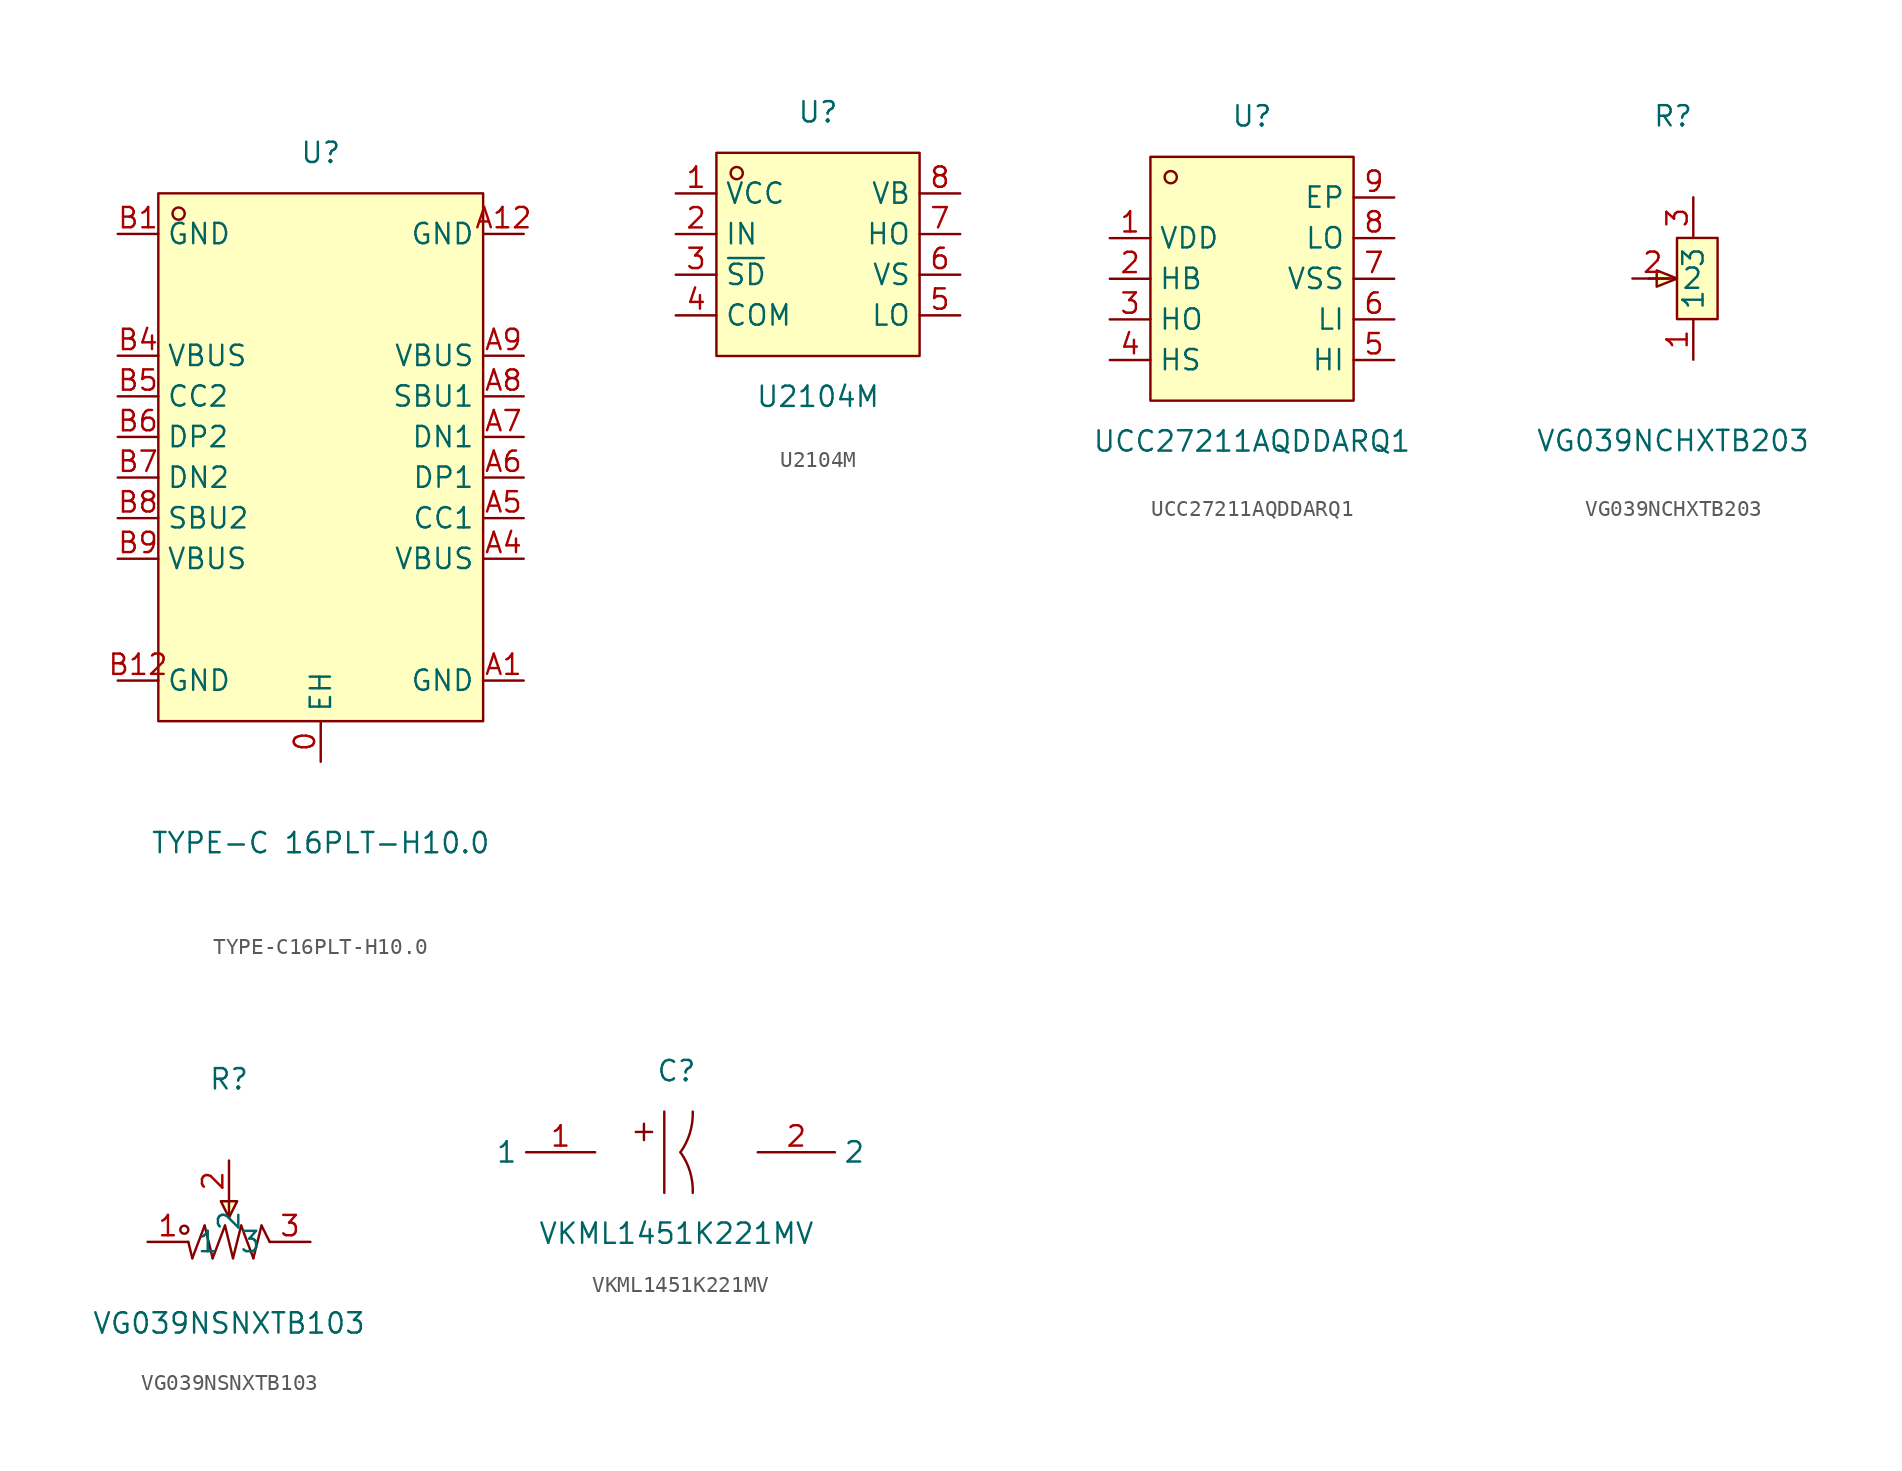
<source format=kicad_sym>
(kicad_symbol_lib
  (version 20231120)
  (generator "kicad_symbol_editor")
  (generator_version "8.0")
  (symbol "TYPE-C16PLT-H10.0"
    (property "Reference" "U"
      (at 0 20.32 0)
      (effects (font (size 1.27 1.27))))
    (property "Value" "TYPE-C 16PLT-H10.0"
      (at 0 -22.86 0)
      (effects (font (size 1.27 1.27))))
    (symbol "TYPE-C16PLT-H10.0_0_1"
      (rectangle (start -10.16 17.78) (end 10.16 -15.24) (stroke (width 0) (type default)) (fill (type background)))
      (circle (center -8.89 16.51) (radius 0.38) (stroke (width 0) (type default)) (fill (type none)))
      (pin unspecified line (at 0 -17.78 90) (length 2.54) (name "EH" (effects (font (size 1.27 1.27)))) (number "0" (effects (font (size 1.27 1.27)))))
      (pin unspecified line (at 12.7 -12.7 180) (length 2.54) (name "GND" (effects (font (size 1.27 1.27)))) (number "A1" (effects (font (size 1.27 1.27)))))
      (pin unspecified line (at 12.7 15.24 180) (length 2.54) (name "GND" (effects (font (size 1.27 1.27)))) (number "A12" (effects (font (size 1.27 1.27)))))
      (pin unspecified line (at 12.7 -5.08 180) (length 2.54) (name "VBUS" (effects (font (size 1.27 1.27)))) (number "A4" (effects (font (size 1.27 1.27)))))
      (pin unspecified line (at 12.7 -2.54 180) (length 2.54) (name "CC1" (effects (font (size 1.27 1.27)))) (number "A5" (effects (font (size 1.27 1.27)))))
      (pin unspecified line (at 12.7 0 180) (length 2.54) (name "DP1" (effects (font (size 1.27 1.27)))) (number "A6" (effects (font (size 1.27 1.27)))))
      (pin unspecified line (at 12.7 2.54 180) (length 2.54) (name "DN1" (effects (font (size 1.27 1.27)))) (number "A7" (effects (font (size 1.27 1.27)))))
      (pin unspecified line (at 12.7 5.08 180) (length 2.54) (name "SBU1" (effects (font (size 1.27 1.27)))) (number "A8" (effects (font (size 1.27 1.27)))))
      (pin unspecified line (at 12.7 7.62 180) (length 2.54) (name "VBUS" (effects (font (size 1.27 1.27)))) (number "A9" (effects (font (size 1.27 1.27)))))
      (pin unspecified line (at -12.7 15.24 0) (length 2.54) (name "GND" (effects (font (size 1.27 1.27)))) (number "B1" (effects (font (size 1.27 1.27)))))
      (pin unspecified line (at -12.7 -12.7 0) (length 2.54) (name "GND" (effects (font (size 1.27 1.27)))) (number "B12" (effects (font (size 1.27 1.27)))))
      (pin unspecified line (at -12.7 7.62 0) (length 2.54) (name "VBUS" (effects (font (size 1.27 1.27)))) (number "B4" (effects (font (size 1.27 1.27)))))
      (pin unspecified line (at -12.7 5.08 0) (length 2.54) (name "CC2" (effects (font (size 1.27 1.27)))) (number "B5" (effects (font (size 1.27 1.27)))))
      (pin unspecified line (at -12.7 2.54 0) (length 2.54) (name "DP2" (effects (font (size 1.27 1.27)))) (number "B6" (effects (font (size 1.27 1.27)))))
      (pin unspecified line (at -12.7 0 0) (length 2.54) (name "DN2" (effects (font (size 1.27 1.27)))) (number "B7" (effects (font (size 1.27 1.27)))))
      (pin unspecified line (at -12.7 -2.54 0) (length 2.54) (name "SBU2" (effects (font (size 1.27 1.27)))) (number "B8" (effects (font (size 1.27 1.27)))))
      (pin unspecified line (at -12.7 -5.08 0) (length 2.54) (name "VBUS" (effects (font (size 1.27 1.27)))) (number "B9" (effects (font (size 1.27 1.27)))))))
  (symbol "U2104M"
    (property "Reference" "U"
      (at 0 8.89 0)
      (effects (font (size 1.27 1.27))))
    (property "Value" "U2104M"
      (at 0 -8.89 0)
      (effects (font (size 1.27 1.27))))
    (symbol "U2104M_0_1"
      (rectangle (start -6.35 6.35) (end 6.35 -6.35) (stroke (width 0) (type default)) (fill (type background)))
      (circle (center -5.08 5.08) (radius 0.38) (stroke (width 0) (type default)) (fill (type none)))
      (pin unspecified line (at -8.89 3.81 0) (length 2.54) (name "VCC" (effects (font (size 1.27 1.27)))) (number "1" (effects (font (size 1.27 1.27)))))
      (pin unspecified line (at -8.89 1.27 0) (length 2.54) (name "IN" (effects (font (size 1.27 1.27)))) (number "2" (effects (font (size 1.27 1.27)))))
      (pin unspecified line (at -8.89 -1.27 0) (length 2.54) (name "~{SD}" (effects (font (size 1.27 1.27)))) (number "3" (effects (font (size 1.27 1.27)))))
      (pin unspecified line (at -8.89 -3.81 0) (length 2.54) (name "COM" (effects (font (size 1.27 1.27)))) (number "4" (effects (font (size 1.27 1.27)))))
      (pin unspecified line (at 8.89 -3.81 180) (length 2.54) (name "LO" (effects (font (size 1.27 1.27)))) (number "5" (effects (font (size 1.27 1.27)))))
      (pin unspecified line (at 8.89 -1.27 180) (length 2.54) (name "VS" (effects (font (size 1.27 1.27)))) (number "6" (effects (font (size 1.27 1.27)))))
      (pin unspecified line (at 8.89 1.27 180) (length 2.54) (name "HO" (effects (font (size 1.27 1.27)))) (number "7" (effects (font (size 1.27 1.27)))))
      (pin unspecified line (at 8.89 3.81 180) (length 2.54) (name "VB" (effects (font (size 1.27 1.27)))) (number "8" (effects (font (size 1.27 1.27)))))))
  (symbol "UCC27211AQDDARQ1"
    (property "Reference" "U"
      (at 0 10.16 0)
      (effects (font (size 1.27 1.27))))
    (property "Value" "UCC27211AQDDARQ1"
      (at 0 -10.16 0)
      (effects (font (size 1.27 1.27))))
    (symbol "UCC27211AQDDARQ1_0_1"
      (rectangle (start -6.35 7.62) (end 6.35 -7.62) (stroke (width 0) (type default)) (fill (type background)))
      (circle (center -5.08 6.35) (radius 0.38) (stroke (width 0) (type default)) (fill (type none)))
      (pin unspecified line (at -8.89 2.54 0) (length 2.54) (name "VDD" (effects (font (size 1.27 1.27)))) (number "1" (effects (font (size 1.27 1.27)))))
      (pin unspecified line (at -8.89 0 0) (length 2.54) (name "HB" (effects (font (size 1.27 1.27)))) (number "2" (effects (font (size 1.27 1.27)))))
      (pin unspecified line (at -8.89 -2.54 0) (length 2.54) (name "HO" (effects (font (size 1.27 1.27)))) (number "3" (effects (font (size 1.27 1.27)))))
      (pin unspecified line (at -8.89 -5.08 0) (length 2.54) (name "HS" (effects (font (size 1.27 1.27)))) (number "4" (effects (font (size 1.27 1.27)))))
      (pin unspecified line (at 8.89 -5.08 180) (length 2.54) (name "HI" (effects (font (size 1.27 1.27)))) (number "5" (effects (font (size 1.27 1.27)))))
      (pin unspecified line (at 8.89 -2.54 180) (length 2.54) (name "LI" (effects (font (size 1.27 1.27)))) (number "6" (effects (font (size 1.27 1.27)))))
      (pin unspecified line (at 8.89 0 180) (length 2.54) (name "VSS" (effects (font (size 1.27 1.27)))) (number "7" (effects (font (size 1.27 1.27)))))
      (pin unspecified line (at 8.89 2.54 180) (length 2.54) (name "LO" (effects (font (size 1.27 1.27)))) (number "8" (effects (font (size 1.27 1.27)))))
      (pin unspecified line (at 8.89 5.08 180) (length 2.54) (name "EP" (effects (font (size 1.27 1.27)))) (number "9" (effects (font (size 1.27 1.27)))))))
  (symbol "VG039NCHXTB203"
    (property "Reference" "R"
      (at 0 10.16 0)
      (effects (font (size 1.27 1.27))))
    (property "Value" "VG039NCHXTB203"
      (at 0 -10.16 0)
      (effects (font (size 1.27 1.27))))
    (symbol "VG039NCHXTB203_0_1"
      (polyline (pts (xy -0.25 0) (xy -1.52 0)) (stroke (width 0) (type default)) (fill (type none)))
      (polyline (pts (xy 0.25 0) (xy -1.02 0.51) (xy -1.02 -0.51) (xy 0.25 0)) (stroke (width 0) (type default)) (fill (type background)))
      (polyline (pts (xy 0.25 2.54) (xy 0.25 -2.54) (xy 2.79 -2.54) (xy 2.79 2.54) (xy 0.25 2.54)) (stroke (width 0) (type default)) (fill (type background)))
      (pin input line (at 1.27 -5.08 90) (length 2.54) (name "1" (effects (font (size 1.27 1.27)))) (number "1" (effects (font (size 1.27 1.27)))))
      (pin input line (at -2.54 0 0) (length 2.54) (name "2" (effects (font (size 1.27 1.27)))) (number "2" (effects (font (size 1.27 1.27)))))
      (pin input line (at 1.27 5.08 270) (length 2.54) (name "3" (effects (font (size 1.27 1.27)))) (number "3" (effects (font (size 1.27 1.27)))))))
  (symbol "VG039NSNXTB103"
    (property "Reference" "R"
      (at 0 10.16 0)
      (effects (font (size 1.27 1.27))))
    (property "Value" "VG039NSNXTB103"
      (at 0 -5.08 0)
      (effects (font (size 1.27 1.27))))
    (symbol "VG039NSNXTB103_0_1"
      (circle (center -2.79 0.76) (radius 0.25) (stroke (width 0) (type default)) (fill (type none)))
      (polyline (pts (xy -2.29 -1.02) (xy -2.54 0)) (stroke (width 0) (type default)) (fill (type none)))
      (polyline (pts (xy -1.52 1.02) (xy -2.29 -1.02)) (stroke (width 0) (type default)) (fill (type none)))
      (polyline (pts (xy -1.02 -1.02) (xy -1.52 1.02)) (stroke (width 0) (type default)) (fill (type none)))
      (polyline (pts (xy -0.25 1.02) (xy -1.02 -1.02)) (stroke (width 0) (type default)) (fill (type none)))
      (polyline (pts (xy 0 2.54) (xy 0 1.52)) (stroke (width 0) (type default)) (fill (type none)))
      (polyline (pts (xy 0.25 -1.02) (xy -0.25 1.02)) (stroke (width 0) (type default)) (fill (type none)))
      (polyline (pts (xy 0.76 1.02) (xy 0.25 -1.02)) (stroke (width 0) (type default)) (fill (type none)))
      (polyline (pts (xy 1.52 -1.02) (xy 0.76 1.02)) (stroke (width 0) (type default)) (fill (type none)))
      (polyline (pts (xy 2.03 1.02) (xy 1.52 -1.02)) (stroke (width 0) (type default)) (fill (type none)))
      (polyline (pts (xy 2.54 0) (xy 2.03 1.02)) (stroke (width 0) (type default)) (fill (type none)))
      (polyline (pts (xy 0.51 2.54) (xy 0 1.52) (xy -0.51 2.54) (xy 0.51 2.54)) (stroke (width 0) (type default)) (fill (type background)))
      (pin unspecified line (at -5.08 0 0) (length 2.54) (name "1" (effects (font (size 1.27 1.27)))) (number "1" (effects (font (size 1.27 1.27)))))
      (pin unspecified line (at 0 5.08 270) (length 2.54) (name "2" (effects (font (size 1.27 1.27)))) (number "2" (effects (font (size 1.27 1.27)))))
      (pin unspecified line (at 5.08 0 180) (length 2.54) (name "3" (effects (font (size 1.27 1.27)))) (number "3" (effects (font (size 1.27 1.27)))))))
  (symbol "VKML1451K221MV"
    (property "Reference" "C"
      (at 0 5.08 0)
      (effects (font (size 1.27 1.27))))
    (property "Value" "VKML1451K221MV"
      (at 0 -5.08 0)
      (effects (font (size 1.27 1.27))))
    (symbol "VKML1451K221MV_0_1"
      (rectangle (start -2.54 1.27) (end -1.52 1.27) (stroke (width 0) (type default)) (fill (type background)))
      (rectangle (start -2.03 1.78) (end -2.03 0.76) (stroke (width 0) (type default)) (fill (type background)))
      (polyline (pts (xy -0.76 2.54) (xy -0.76 -2.54)) (stroke (width 0) (type default)) (fill (type none)))
      (arc (start 0.25 0) (mid 0.8442 1.2066) (end 1.02 2.54) (stroke (width 0) (type default)) (fill (type none)))
      (arc (start 1.02 -2.54) (mid 0.847 -1.2057) (end 0.25 0) (stroke (width 0) (type default)) (fill (type none)))
      (pin unspecified line (at -5.08 0 180) (length 4.318) (name "1" (effects (font (size 1.27 1.27)))) (number "1" (effects (font (size 1.27 1.27)))))
      (pin unspecified line (at 5.08 0 0) (length 4.826) (name "2" (effects (font (size 1.27 1.27)))) (number "2" (effects (font (size 1.27 1.27))))))))
</source>
